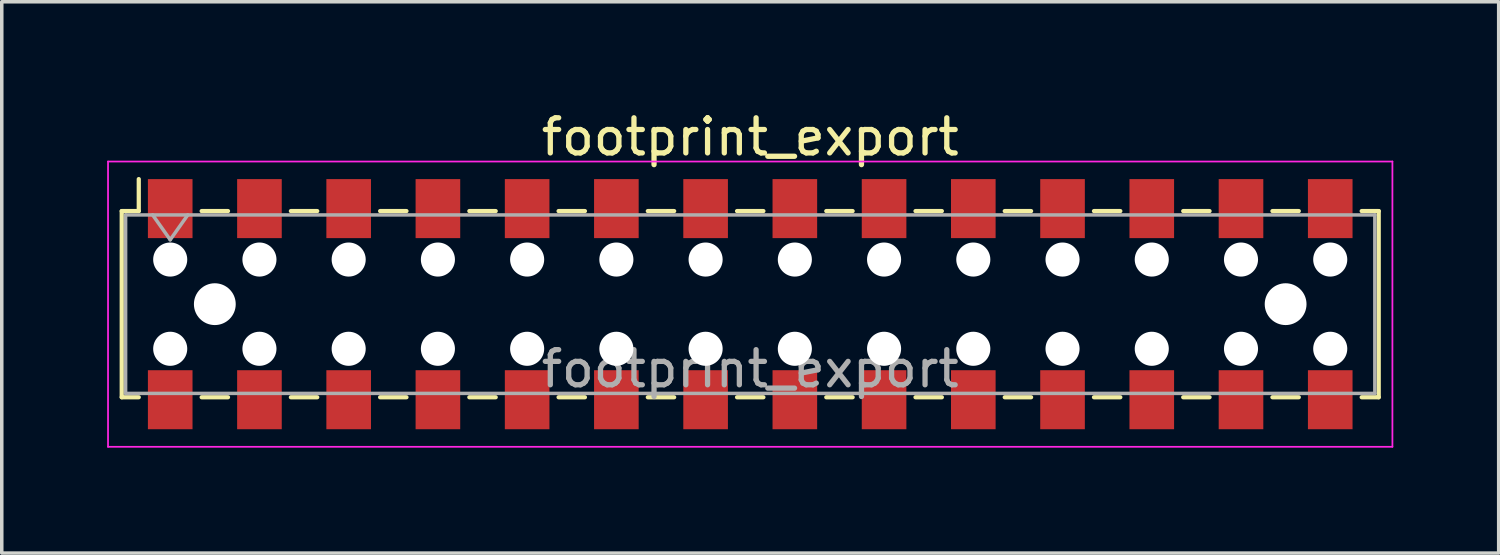
<source format=kicad_pcb>
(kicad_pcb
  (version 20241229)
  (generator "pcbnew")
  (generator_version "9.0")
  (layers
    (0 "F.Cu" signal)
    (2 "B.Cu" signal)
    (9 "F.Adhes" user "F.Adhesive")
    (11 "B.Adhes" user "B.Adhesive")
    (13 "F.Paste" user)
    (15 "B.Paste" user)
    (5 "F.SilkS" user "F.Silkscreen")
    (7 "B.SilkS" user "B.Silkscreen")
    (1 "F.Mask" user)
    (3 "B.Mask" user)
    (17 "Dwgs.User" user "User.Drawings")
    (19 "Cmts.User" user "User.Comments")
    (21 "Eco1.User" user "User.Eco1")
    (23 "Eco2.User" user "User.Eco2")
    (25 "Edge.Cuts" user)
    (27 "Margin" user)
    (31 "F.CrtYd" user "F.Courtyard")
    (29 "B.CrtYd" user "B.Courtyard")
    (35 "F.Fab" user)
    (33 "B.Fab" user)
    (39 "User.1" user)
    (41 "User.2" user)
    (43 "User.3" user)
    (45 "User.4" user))
  (footprint "footprint_export"
    (layer "F.Cu")
    (at 18.305 5.608)
    (property "Reference" "footprint_export" (at 0 -4.76 0) (layer "F.SilkS") (effects (font (size 1 1) (thickness 0.15))))
    (attr smd)
    (fp_line (start -17.89 -2.65) (end -17.89 2.65) (stroke (width 0.12) (type solid)) (layer "F.SilkS"))
    (fp_line (start -17.89 2.65) (end -17.405 2.65) (stroke (width 0.12) (type solid)) (layer "F.SilkS"))
    (fp_line (start -17.405 -3.56) (end -17.405 -2.65) (stroke (width 0.12) (type solid)) (layer "F.SilkS"))
    (fp_line (start -17.405 -2.65) (end -17.89 -2.65) (stroke (width 0.12) (type solid)) (layer "F.SilkS"))
    (fp_line (start -15.615 -2.65) (end -14.865 -2.65) (stroke (width 0.12) (type solid)) (layer "F.SilkS"))
    (fp_line (start -15.615 2.65) (end -14.865 2.65) (stroke (width 0.12) (type solid)) (layer "F.SilkS"))
    (fp_line (start -13.075 -2.65) (end -12.325 -2.65) (stroke (width 0.12) (type solid)) (layer "F.SilkS"))
    (fp_line (start -13.075 2.65) (end -12.325 2.65) (stroke (width 0.12) (type solid)) (layer "F.SilkS"))
    (fp_line (start -10.535 -2.65) (end -9.785 -2.65) (stroke (width 0.12) (type solid)) (layer "F.SilkS"))
    (fp_line (start -10.535 2.65) (end -9.785 2.65) (stroke (width 0.12) (type solid)) (layer "F.SilkS"))
    (fp_line (start -7.995 -2.65) (end -7.245 -2.65) (stroke (width 0.12) (type solid)) (layer "F.SilkS"))
    (fp_line (start -7.995 2.65) (end -7.245 2.65) (stroke (width 0.12) (type solid)) (layer "F.SilkS"))
    (fp_line (start -5.455 -2.65) (end -4.705 -2.65) (stroke (width 0.12) (type solid)) (layer "F.SilkS"))
    (fp_line (start -5.455 2.65) (end -4.705 2.65) (stroke (width 0.12) (type solid)) (layer "F.SilkS"))
    (fp_line (start -2.915 -2.65) (end -2.165 -2.65) (stroke (width 0.12) (type solid)) (layer "F.SilkS"))
    (fp_line (start -2.915 2.65) (end -2.165 2.65) (stroke (width 0.12) (type solid)) (layer "F.SilkS"))
    (fp_line (start -0.375 -2.65) (end 0.375 -2.65) (stroke (width 0.12) (type solid)) (layer "F.SilkS"))
    (fp_line (start -0.375 2.65) (end 0.375 2.65) (stroke (width 0.12) (type solid)) (layer "F.SilkS"))
    (fp_line (start 2.165 -2.65) (end 2.915 -2.65) (stroke (width 0.12) (type solid)) (layer "F.SilkS"))
    (fp_line (start 2.165 2.65) (end 2.915 2.65) (stroke (width 0.12) (type solid)) (layer "F.SilkS"))
    (fp_line (start 4.705 -2.65) (end 5.455 -2.65) (stroke (width 0.12) (type solid)) (layer "F.SilkS"))
    (fp_line (start 4.705 2.65) (end 5.455 2.65) (stroke (width 0.12) (type solid)) (layer "F.SilkS"))
    (fp_line (start 7.245 -2.65) (end 7.995 -2.65) (stroke (width 0.12) (type solid)) (layer "F.SilkS"))
    (fp_line (start 7.245 2.65) (end 7.995 2.65) (stroke (width 0.12) (type solid)) (layer "F.SilkS"))
    (fp_line (start 9.785 -2.65) (end 10.535 -2.65) (stroke (width 0.12) (type solid)) (layer "F.SilkS"))
    (fp_line (start 9.785 2.65) (end 10.535 2.65) (stroke (width 0.12) (type solid)) (layer "F.SilkS"))
    (fp_line (start 12.325 -2.65) (end 13.075 -2.65) (stroke (width 0.12) (type solid)) (layer "F.SilkS"))
    (fp_line (start 12.325 2.65) (end 13.075 2.65) (stroke (width 0.12) (type solid)) (layer "F.SilkS"))
    (fp_line (start 14.865 -2.65) (end 15.615 -2.65) (stroke (width 0.12) (type solid)) (layer "F.SilkS"))
    (fp_line (start 14.865 2.65) (end 15.615 2.65) (stroke (width 0.12) (type solid)) (layer "F.SilkS"))
    (fp_line (start 17.405 -2.65) (end 17.89 -2.65) (stroke (width 0.12) (type solid)) (layer "F.SilkS"))
    (fp_line (start 17.89 -2.65) (end 17.89 2.65) (stroke (width 0.12) (type solid)) (layer "F.SilkS"))
    (fp_line (start 17.89 2.65) (end 17.405 2.65) (stroke (width 0.12) (type solid)) (layer "F.SilkS"))
    (fp_line (start -18.28 -4.06) (end 18.28 -4.06) (stroke (width 0.05) (type solid)) (layer "F.CrtYd"))
    (fp_line (start -18.28 4.06) (end -18.28 -4.06) (stroke (width 0.05) (type solid)) (layer "F.CrtYd"))
    (fp_line (start 18.28 -4.06) (end 18.28 4.06) (stroke (width 0.05) (type solid)) (layer "F.CrtYd"))
    (fp_line (start 18.28 4.06) (end -18.28 4.06) (stroke (width 0.05) (type solid)) (layer "F.CrtYd"))
    (fp_line (start -17.78 -2.54) (end 17.78 -2.54) (stroke (width 0.1) (type solid)) (layer "F.Fab"))
    (fp_line (start -17.78 2.54) (end -17.78 -2.54) (stroke (width 0.1) (type solid)) (layer "F.Fab"))
    (fp_line (start -17.01 -2.54) (end -16.51 -1.833) (stroke (width 0.1) (type solid)) (layer "F.Fab"))
    (fp_line (start -16.51 -1.833) (end -16.01 -2.54) (stroke (width 0.1) (type solid)) (layer "F.Fab"))
    (fp_line (start 17.78 -2.54) (end 17.78 2.54) (stroke (width 0.1) (type solid)) (layer "F.Fab"))
    (fp_line (start 17.78 2.54) (end -17.78 2.54) (stroke (width 0.1) (type solid)) (layer "F.Fab"))
    (fp_text user "${REFERENCE}" (at 0 1.84 0) (layer "F.Fab") (effects (font (size 1 1) (thickness 0.15))))
    (pad "" np_thru_hole circle (at -16.51 -1.27) (size 0.97 0.97) (drill 0.97) (layers "*.Cu" "*.Mask"))
    (pad "" np_thru_hole circle (at -16.51 1.27) (size 0.97 0.97) (drill 0.97) (layers "*.Cu" "*.Mask"))
    (pad "" np_thru_hole circle (at -15.24 0) (size 1.19 1.19) (drill 1.19) (layers "*.Cu" "*.Mask"))
    (pad "" np_thru_hole circle (at -13.97 -1.27) (size 0.97 0.97) (drill 0.97) (layers "*.Cu" "*.Mask"))
    (pad "" np_thru_hole circle (at -13.97 1.27) (size 0.97 0.97) (drill 0.97) (layers "*.Cu" "*.Mask"))
    (pad "" np_thru_hole circle (at -11.43 -1.27) (size 0.97 0.97) (drill 0.97) (layers "*.Cu" "*.Mask"))
    (pad "" np_thru_hole circle (at -11.43 1.27) (size 0.97 0.97) (drill 0.97) (layers "*.Cu" "*.Mask"))
    (pad "" np_thru_hole circle (at -8.89 -1.27) (size 0.97 0.97) (drill 0.97) (layers "*.Cu" "*.Mask"))
    (pad "" np_thru_hole circle (at -8.89 1.27) (size 0.97 0.97) (drill 0.97) (layers "*.Cu" "*.Mask"))
    (pad "" np_thru_hole circle (at -6.35 -1.27) (size 0.97 0.97) (drill 0.97) (layers "*.Cu" "*.Mask"))
    (pad "" np_thru_hole circle (at -6.35 1.27) (size 0.97 0.97) (drill 0.97) (layers "*.Cu" "*.Mask"))
    (pad "" np_thru_hole circle (at -3.81 -1.27) (size 0.97 0.97) (drill 0.97) (layers "*.Cu" "*.Mask"))
    (pad "" np_thru_hole circle (at -3.81 1.27) (size 0.97 0.97) (drill 0.97) (layers "*.Cu" "*.Mask"))
    (pad "" np_thru_hole circle (at -1.27 -1.27) (size 0.97 0.97) (drill 0.97) (layers "*.Cu" "*.Mask"))
    (pad "" np_thru_hole circle (at -1.27 1.27) (size 0.97 0.97) (drill 0.97) (layers "*.Cu" "*.Mask"))
    (pad "" np_thru_hole circle (at 1.27 -1.27) (size 0.97 0.97) (drill 0.97) (layers "*.Cu" "*.Mask"))
    (pad "" np_thru_hole circle (at 1.27 1.27) (size 0.97 0.97) (drill 0.97) (layers "*.Cu" "*.Mask"))
    (pad "" np_thru_hole circle (at 3.81 -1.27) (size 0.97 0.97) (drill 0.97) (layers "*.Cu" "*.Mask"))
    (pad "" np_thru_hole circle (at 3.81 1.27) (size 0.97 0.97) (drill 0.97) (layers "*.Cu" "*.Mask"))
    (pad "" np_thru_hole circle (at 6.35 -1.27) (size 0.97 0.97) (drill 0.97) (layers "*.Cu" "*.Mask"))
    (pad "" np_thru_hole circle (at 6.35 1.27) (size 0.97 0.97) (drill 0.97) (layers "*.Cu" "*.Mask"))
    (pad "" np_thru_hole circle (at 8.89 -1.27) (size 0.97 0.97) (drill 0.97) (layers "*.Cu" "*.Mask"))
    (pad "" np_thru_hole circle (at 8.89 1.27) (size 0.97 0.97) (drill 0.97) (layers "*.Cu" "*.Mask"))
    (pad "" np_thru_hole circle (at 11.43 -1.27) (size 0.97 0.97) (drill 0.97) (layers "*.Cu" "*.Mask"))
    (pad "" np_thru_hole circle (at 11.43 1.27) (size 0.97 0.97) (drill 0.97) (layers "*.Cu" "*.Mask"))
    (pad "" np_thru_hole circle (at 13.97 -1.27) (size 0.97 0.97) (drill 0.97) (layers "*.Cu" "*.Mask"))
    (pad "" np_thru_hole circle (at 13.97 1.27) (size 0.97 0.97) (drill 0.97) (layers "*.Cu" "*.Mask"))
    (pad "" np_thru_hole circle (at 15.24 0) (size 1.19 1.19) (drill 1.19) (layers "*.Cu" "*.Mask"))
    (pad "" np_thru_hole circle (at 16.51 -1.27) (size 0.97 0.97) (drill 0.97) (layers "*.Cu" "*.Mask"))
    (pad "" np_thru_hole circle (at 16.51 1.27) (size 0.97 0.97) (drill 0.97) (layers "*.Cu" "*.Mask"))
    (pad "1" smd rect (at -16.51 -2.72) (size 1.27 1.68) (layers "F.Cu" "F.Mask" "F.Paste"))
    (pad "2" smd rect (at -16.51 2.72) (size 1.27 1.68) (layers "F.Cu" "F.Mask" "F.Paste"))
    (pad "3" smd rect (at -13.97 -2.72) (size 1.27 1.68) (layers "F.Cu" "F.Mask" "F.Paste"))
    (pad "4" smd rect (at -13.97 2.72) (size 1.27 1.68) (layers "F.Cu" "F.Mask" "F.Paste"))
    (pad "5" smd rect (at -11.43 -2.72) (size 1.27 1.68) (layers "F.Cu" "F.Mask" "F.Paste"))
    (pad "6" smd rect (at -11.43 2.72) (size 1.27 1.68) (layers "F.Cu" "F.Mask" "F.Paste"))
    (pad "7" smd rect (at -8.89 -2.72) (size 1.27 1.68) (layers "F.Cu" "F.Mask" "F.Paste"))
    (pad "8" smd rect (at -8.89 2.72) (size 1.27 1.68) (layers "F.Cu" "F.Mask" "F.Paste"))
    (pad "9" smd rect (at -6.35 -2.72) (size 1.27 1.68) (layers "F.Cu" "F.Mask" "F.Paste"))
    (pad "10" smd rect (at -6.35 2.72) (size 1.27 1.68) (layers "F.Cu" "F.Mask" "F.Paste"))
    (pad "11" smd rect (at -3.81 -2.72) (size 1.27 1.68) (layers "F.Cu" "F.Mask" "F.Paste"))
    (pad "12" smd rect (at -3.81 2.72) (size 1.27 1.68) (layers "F.Cu" "F.Mask" "F.Paste"))
    (pad "13" smd rect (at -1.27 -2.72) (size 1.27 1.68) (layers "F.Cu" "F.Mask" "F.Paste"))
    (pad "14" smd rect (at -1.27 2.72) (size 1.27 1.68) (layers "F.Cu" "F.Mask" "F.Paste"))
    (pad "15" smd rect (at 1.27 -2.72) (size 1.27 1.68) (layers "F.Cu" "F.Mask" "F.Paste"))
    (pad "16" smd rect (at 1.27 2.72) (size 1.27 1.68) (layers "F.Cu" "F.Mask" "F.Paste"))
    (pad "17" smd rect (at 3.81 -2.72) (size 1.27 1.68) (layers "F.Cu" "F.Mask" "F.Paste"))
    (pad "18" smd rect (at 3.81 2.72) (size 1.27 1.68) (layers "F.Cu" "F.Mask" "F.Paste"))
    (pad "19" smd rect (at 6.35 -2.72) (size 1.27 1.68) (layers "F.Cu" "F.Mask" "F.Paste"))
    (pad "20" smd rect (at 6.35 2.72) (size 1.27 1.68) (layers "F.Cu" "F.Mask" "F.Paste"))
    (pad "21" smd rect (at 8.89 -2.72) (size 1.27 1.68) (layers "F.Cu" "F.Mask" "F.Paste"))
    (pad "22" smd rect (at 8.89 2.72) (size 1.27 1.68) (layers "F.Cu" "F.Mask" "F.Paste"))
    (pad "23" smd rect (at 11.43 -2.72) (size 1.27 1.68) (layers "F.Cu" "F.Mask" "F.Paste"))
    (pad "24" smd rect (at 11.43 2.72) (size 1.27 1.68) (layers "F.Cu" "F.Mask" "F.Paste"))
    (pad "25" smd rect (at 13.97 -2.72) (size 1.27 1.68) (layers "F.Cu" "F.Mask" "F.Paste"))
    (pad "26" smd rect (at 13.97 2.72) (size 1.27 1.68) (layers "F.Cu" "F.Mask" "F.Paste"))
    (pad "27" smd rect (at 16.51 -2.72) (size 1.27 1.68) (layers "F.Cu" "F.Mask" "F.Paste"))
    (pad "28" smd rect (at 16.51 2.72) (size 1.27 1.68) (layers "F.Cu" "F.Mask" "F.Paste")))
  (gr_rect
    (start -3 -3)
    (end 39.61 12.693)
    (stroke (width 0.1) (type default))
    (fill no)
    (layer "Edge.Cuts")))
</source>
